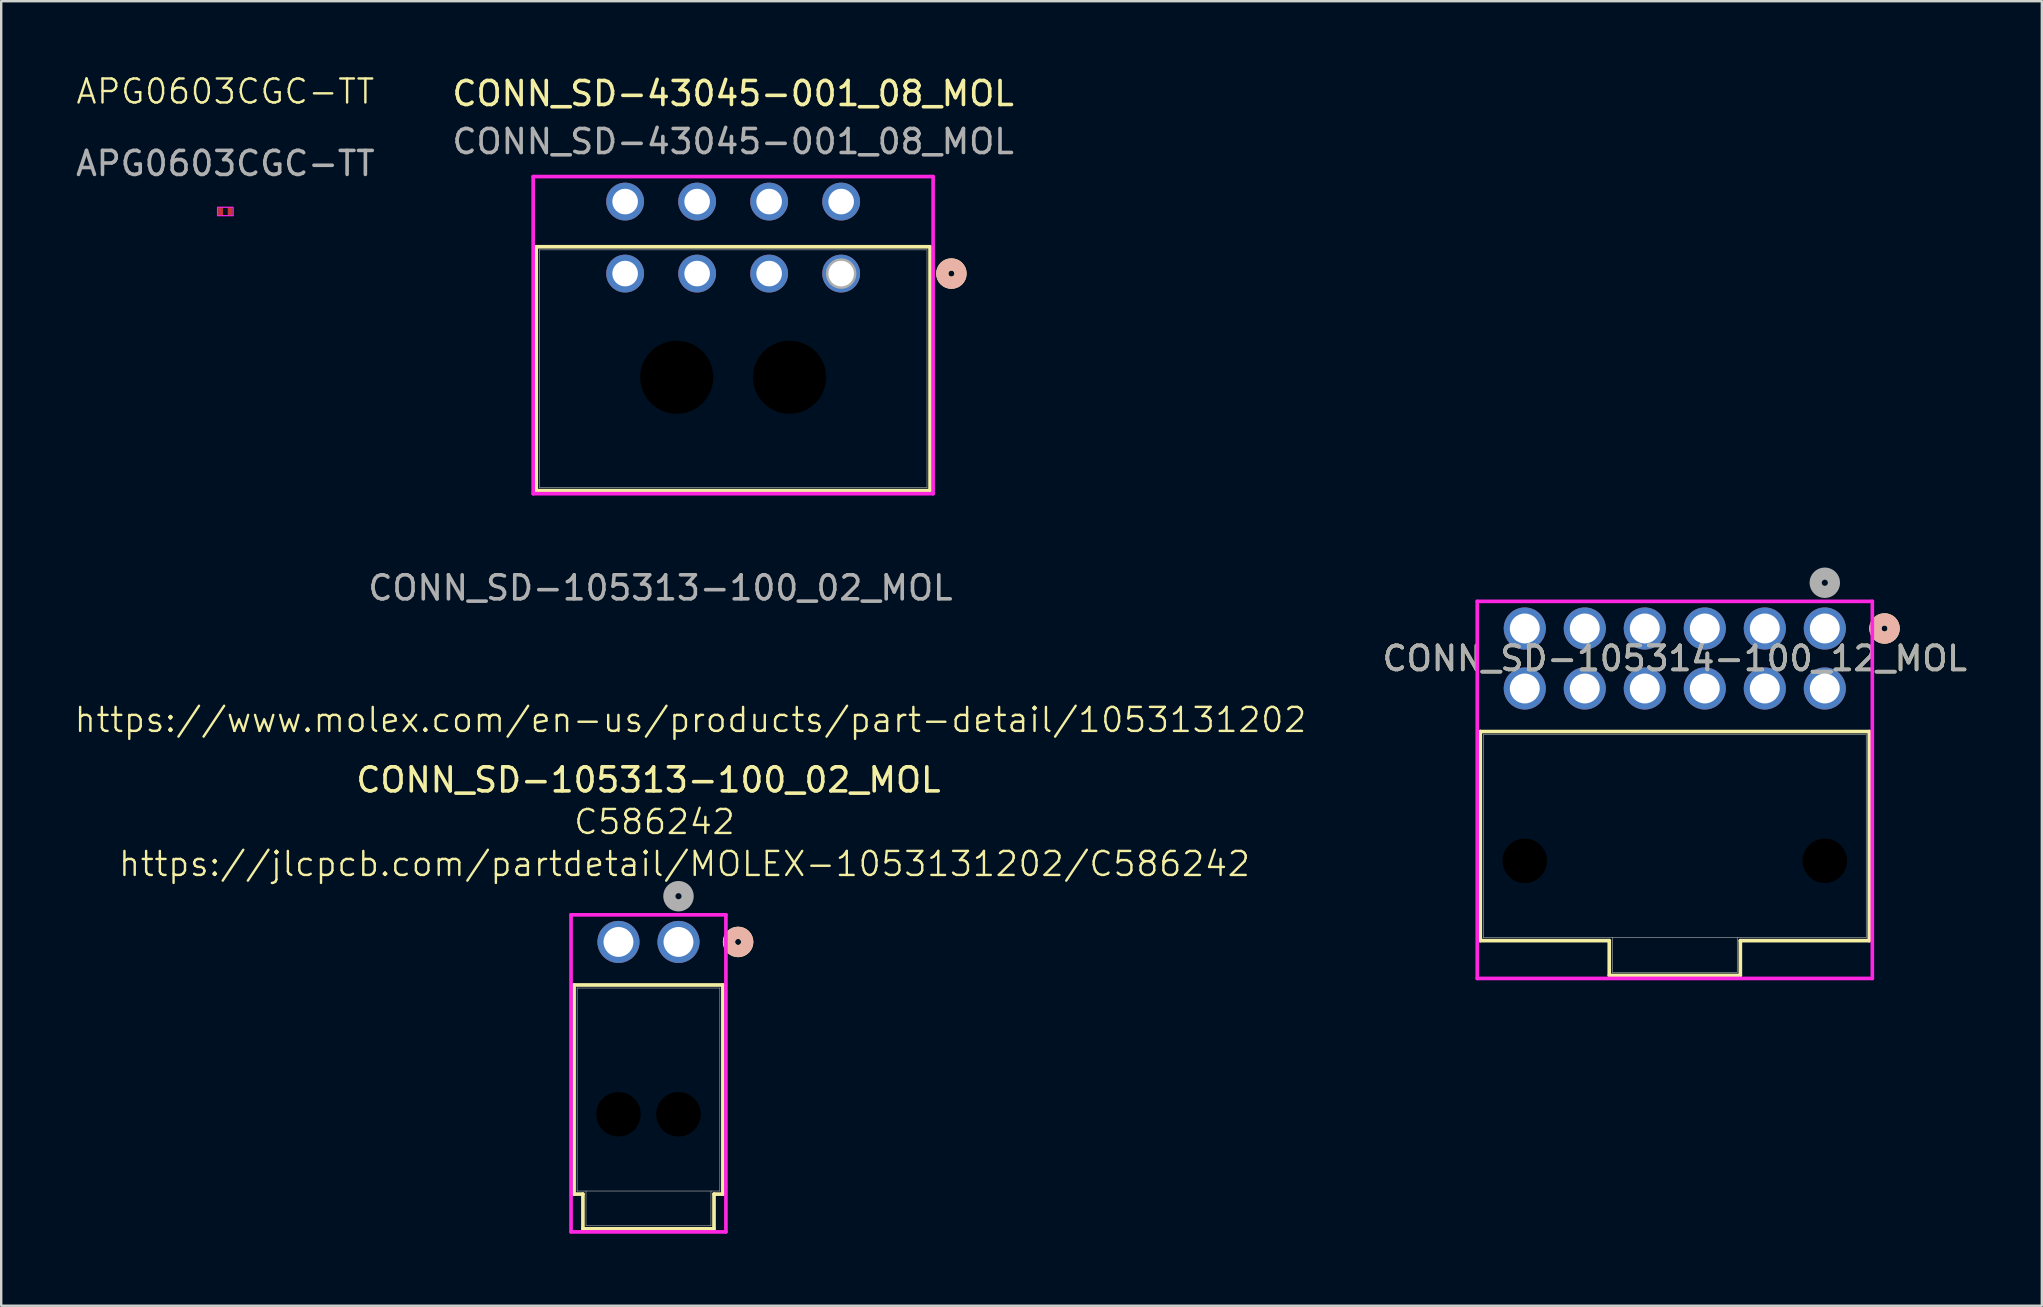
<source format=kicad_pcb>
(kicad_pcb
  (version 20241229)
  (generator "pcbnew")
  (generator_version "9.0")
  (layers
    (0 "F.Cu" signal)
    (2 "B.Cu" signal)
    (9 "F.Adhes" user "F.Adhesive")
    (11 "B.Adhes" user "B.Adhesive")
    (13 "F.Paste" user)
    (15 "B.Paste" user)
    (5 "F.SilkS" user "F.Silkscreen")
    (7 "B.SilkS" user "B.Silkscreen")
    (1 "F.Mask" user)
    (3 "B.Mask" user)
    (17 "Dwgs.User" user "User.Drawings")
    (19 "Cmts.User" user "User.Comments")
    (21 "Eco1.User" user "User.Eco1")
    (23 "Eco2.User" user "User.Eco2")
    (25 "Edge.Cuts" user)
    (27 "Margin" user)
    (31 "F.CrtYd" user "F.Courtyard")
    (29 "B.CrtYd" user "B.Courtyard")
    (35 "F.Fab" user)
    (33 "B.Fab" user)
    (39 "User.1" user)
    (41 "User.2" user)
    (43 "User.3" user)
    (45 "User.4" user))
  (footprint "CONN_SD-105314-100_12_MOL"
    (layer "F.Cu")
    (at 72.975 23.134)
    (property "Reference" "CONN_SD-105314-100_12_MOL" (at -6.25 1.25 0) (unlocked yes) (layer "F.SilkS") (effects (font (size 1 1) (thickness 0.15))))
    (attr through_hole)
    (fp_line (start -14.353 4.293) (end -14.353 13.005) (stroke (width 0.152) (type solid)) (layer "F.SilkS"))
    (fp_line (start -14.353 13.005) (end -8.98 13.005) (stroke (width 0.152) (type solid)) (layer "F.SilkS"))
    (fp_line (start -8.98 13.005) (end -8.98 14.453) (stroke (width 0.152) (type solid)) (layer "F.SilkS"))
    (fp_line (start -8.98 14.453) (end -3.519 14.453) (stroke (width 0.152) (type solid)) (layer "F.SilkS"))
    (fp_line (start -3.519 13.005) (end 1.853 13.005) (stroke (width 0.152) (type solid)) (layer "F.SilkS"))
    (fp_line (start -3.519 14.453) (end -3.519 13.005) (stroke (width 0.152) (type solid)) (layer "F.SilkS"))
    (fp_line (start 1.853 4.293) (end -14.353 4.293) (stroke (width 0.152) (type solid)) (layer "F.SilkS"))
    (fp_line (start 1.853 13.005) (end 1.853 4.293) (stroke (width 0.152) (type solid)) (layer "F.SilkS"))
    (fp_circle (center 2.488 0) (end 2.869 0) (stroke (width 0.508) (type solid)) (fill no) (layer "F.SilkS"))
    (fp_circle (center 2.488 0) (end 2.869 0) (stroke (width 0.508) (type solid)) (fill no) (layer "B.SilkS"))
    (fp_line (start -14.48 -1.13) (end -14.48 14.58) (stroke (width 0.152) (type solid)) (layer "F.CrtYd"))
    (fp_line (start -14.48 14.58) (end 1.98 14.58) (stroke (width 0.152) (type solid)) (layer "F.CrtYd"))
    (fp_line (start 1.98 -1.13) (end -14.48 -1.13) (stroke (width 0.152) (type solid)) (layer "F.CrtYd"))
    (fp_line (start 1.98 14.58) (end 1.98 -1.13) (stroke (width 0.152) (type solid)) (layer "F.CrtYd"))
    (fp_line (start -14.226 4.42) (end -14.226 12.878) (stroke (width 0.025) (type solid)) (layer "F.Fab"))
    (fp_line (start -14.226 12.878) (end 1.726 12.878) (stroke (width 0.025) (type solid)) (layer "F.Fab"))
    (fp_line (start -8.854 12.878) (end -8.854 14.326) (stroke (width 0.025) (type solid)) (layer "F.Fab"))
    (fp_line (start -8.854 14.326) (end -3.647 14.326) (stroke (width 0.025) (type solid)) (layer "F.Fab"))
    (fp_line (start -3.647 12.878) (end -3.647 14.326) (stroke (width 0.025) (type solid)) (layer "F.Fab"))
    (fp_line (start 1.726 4.42) (end -14.226 4.42) (stroke (width 0.025) (type solid)) (layer "F.Fab"))
    (fp_line (start 1.726 12.878) (end 1.726 4.42) (stroke (width 0.025) (type solid)) (layer "F.Fab"))
    (fp_circle (center 0 -1.905) (end 0.381 -1.905) (stroke (width 0.508) (type solid)) (fill no) (layer "F.Fab"))
    (fp_text user "${REFERENCE}" (at -6.25 1.25 0) (unlocked yes) (layer "F.Fab") (effects (font (size 1 1) (thickness 0.15))))
    (pad "" np_thru_hole circle (at -12.5 9.68) (size 1.854 1.854) (drill 1.854) (layers))
    (pad "" np_thru_hole circle (at 0 9.68) (size 1.854 1.854) (drill 1.854) (layers))
    (pad "1" thru_hole circle (at 0 0) (size 1.753 1.753) (drill 1.245) (layers "*.Cu" "*.Mask"))
    (pad "2" thru_hole circle (at -2.5 0) (size 1.753 1.753) (drill 1.245) (layers "*.Cu" "*.Mask"))
    (pad "3" thru_hole circle (at -5 0) (size 1.753 1.753) (drill 1.245) (layers "*.Cu" "*.Mask"))
    (pad "4" thru_hole circle (at -7.5 0) (size 1.753 1.753) (drill 1.245) (layers "*.Cu" "*.Mask"))
    (pad "5" thru_hole circle (at -10 0) (size 1.753 1.753) (drill 1.245) (layers "*.Cu" "*.Mask"))
    (pad "6" thru_hole circle (at -12.5 0) (size 1.753 1.753) (drill 1.245) (layers "*.Cu" "*.Mask"))
    (pad "7" thru_hole circle (at 0 2.5) (size 1.753 1.753) (drill 1.245) (layers "*.Cu" "*.Mask"))
    (pad "8" thru_hole circle (at -2.5 2.5) (size 1.753 1.753) (drill 1.245) (layers "*.Cu" "*.Mask"))
    (pad "9" thru_hole circle (at -5 2.5) (size 1.753 1.753) (drill 1.245) (layers "*.Cu" "*.Mask"))
    (pad "10" thru_hole circle (at -7.5 2.5) (size 1.753 1.753) (drill 1.245) (layers "*.Cu" "*.Mask"))
    (pad "11" thru_hole circle (at -10 2.5) (size 1.753 1.753) (drill 1.245) (layers "*.Cu" "*.Mask"))
    (pad "12" thru_hole circle (at -12.5 2.5) (size 1.753 1.753) (drill 1.245) (layers "*.Cu" "*.Mask")))
  (footprint "CONN_SD-105313-100_02_MOL"
    (layer "F.Cu")
    (at 25.217 36.193)
    (property "Reference" "CONN_SD-105313-100_02_MOL" (at -1.25 -6.75 0) (unlocked yes) (layer "F.SilkS") (effects (font (size 1 1) (thickness 0.15))))
    (property "Footprint Source" "https://www.molex.com/en-us/products/part-detail/1053131202" (at 0.5 -9.25 0) (layer "F.SilkS") (effects (font (size 1 1) (thickness 0.1))))
    (property "JLC Part #" "C586242" (at -1 -5 0) (layer "F.SilkS") (effects (font (size 1 1) (thickness 0.1))))
    (property "JLC Link" "https://jlcpcb.com/partdetail/MOLEX-1053131202/C586242" (at 0.25 -3.25 0) (layer "F.SilkS") (effects (font (size 1 1) (thickness 0.1))))
    (attr through_hole)
    (fp_line (start -4.349 1.793) (end -4.349 10.505) (stroke (width 0.152) (type solid)) (layer "F.SilkS"))
    (fp_line (start -4.349 10.505) (end -3.981 10.505) (stroke (width 0.152) (type solid)) (layer "F.SilkS"))
    (fp_line (start -3.981 10.505) (end -3.981 11.953) (stroke (width 0.152) (type solid)) (layer "F.SilkS"))
    (fp_line (start -3.981 11.953) (end 1.48 11.953) (stroke (width 0.152) (type solid)) (layer "F.SilkS"))
    (fp_line (start 1.48 10.505) (end 1.849 10.505) (stroke (width 0.152) (type solid)) (layer "F.SilkS"))
    (fp_line (start 1.48 11.953) (end 1.48 10.505) (stroke (width 0.152) (type solid)) (layer "F.SilkS"))
    (fp_line (start 1.849 1.793) (end -4.349 1.793) (stroke (width 0.152) (type solid)) (layer "F.SilkS"))
    (fp_line (start 1.849 10.505) (end 1.849 1.793) (stroke (width 0.152) (type solid)) (layer "F.SilkS"))
    (fp_circle (center 2.484 0) (end 2.865 0) (stroke (width 0.508) (type solid)) (fill no) (layer "F.SilkS"))
    (fp_circle (center 2.484 0) (end 2.865 0) (stroke (width 0.508) (type solid)) (fill no) (layer "B.SilkS"))
    (fp_line (start -4.476 -1.13) (end -4.476 12.08) (stroke (width 0.152) (type solid)) (layer "F.CrtYd"))
    (fp_line (start -4.476 12.08) (end 1.976 12.08) (stroke (width 0.152) (type solid)) (layer "F.CrtYd"))
    (fp_line (start 1.976 -1.13) (end -4.476 -1.13) (stroke (width 0.152) (type solid)) (layer "F.CrtYd"))
    (fp_line (start 1.976 12.08) (end 1.976 -1.13) (stroke (width 0.152) (type solid)) (layer "F.CrtYd"))
    (fp_line (start -4.222 1.92) (end -4.222 10.378) (stroke (width 0.025) (type solid)) (layer "F.Fab"))
    (fp_line (start -4.222 10.378) (end 1.722 10.378) (stroke (width 0.025) (type solid)) (layer "F.Fab"))
    (fp_line (start -3.853 10.378) (end -3.853 11.826) (stroke (width 0.025) (type solid)) (layer "F.Fab"))
    (fp_line (start -3.853 11.826) (end 1.353 11.826) (stroke (width 0.025) (type solid)) (layer "F.Fab"))
    (fp_line (start 1.353 11.826) (end 1.353 10.378) (stroke (width 0.025) (type solid)) (layer "F.Fab"))
    (fp_line (start 1.722 1.92) (end -4.222 1.92) (stroke (width 0.025) (type solid)) (layer "F.Fab"))
    (fp_line (start 1.722 10.378) (end 1.722 1.92) (stroke (width 0.025) (type solid)) (layer "F.Fab"))
    (fp_circle (center 0 -1.905) (end 0.381 -1.905) (stroke (width 0.508) (type solid)) (fill no) (layer "F.Fab"))
    (fp_text user "${REFERENCE}" (at -0.75 -14.75 0) (unlocked yes) (layer "F.Fab") (effects (font (size 1 1) (thickness 0.15))))
    (pad "" np_thru_hole circle (at -2.5 7.18) (size 1.854 1.854) (drill 1.854) (layers))
    (pad "" np_thru_hole circle (at 0 7.18) (size 1.854 1.854) (drill 1.854) (layers))
    (pad "1" thru_hole circle (at 0 0) (size 1.753 1.753) (drill 1.245) (layers "*.Cu" "*.Mask"))
    (pad "2" thru_hole circle (at -2.5 0) (size 1.753 1.753) (drill 1.245) (layers "*.Cu" "*.Mask")))
  (footprint "APG0603CGC-TT"
    (layer "F.Cu")
    (at 6.339 5.761)
    (property "Reference" "APG0603CGC-TT" (at 0 -5 0) (unlocked yes) (layer "F.SilkS") (effects (font (size 1 1) (thickness 0.1))))
    (attr smd)
    (fp_rect (start -0.325 -0.175) (end 0.325 0.175) (stroke (width 0.05) (type solid)) (fill no) (layer "F.CrtYd"))
    (fp_text user "${REFERENCE}" (at 0 -2 0) (unlocked yes) (layer "F.Fab") (effects (font (size 1 1) (thickness 0.15))))
    (pad "1" smd roundrect (at -0.2 0) (size 0.2 0.35) (layers "F.Cu" "F.Mask" "F.Paste") (roundrect_rratio 0.15))
    (pad "2" smd roundrect (at 0.2 0) (size 0.2 0.35) (layers "F.Cu" "F.Mask" "F.Paste") (roundrect_rratio 0.15)))
  (footprint "CONN_SD-43045-001_08_MOL"
    (layer "F.Cu")
    (at 31.994 8.348)
    (property "Reference" "CONN_SD-43045-001_08_MOL" (at -4.5 -7.5 0) (unlocked yes) (layer "F.SilkS") (effects (font (size 1 1) (thickness 0.15))))
    (attr through_hole)
    (fp_line (start -12.704 -1.117) (end -12.704 9.043) (stroke (width 0.152) (type solid)) (layer "F.SilkS"))
    (fp_line (start -12.704 9.043) (end 3.704 9.043) (stroke (width 0.152) (type solid)) (layer "F.SilkS"))
    (fp_line (start 3.704 -1.117) (end -12.704 -1.117) (stroke (width 0.152) (type solid)) (layer "F.SilkS"))
    (fp_line (start 3.704 9.043) (end 3.704 -1.117) (stroke (width 0.152) (type solid)) (layer "F.SilkS"))
    (fp_circle (center 4.593 0) (end 4.974 0) (stroke (width 0.508) (type solid)) (fill no) (layer "F.SilkS"))
    (fp_circle (center 4.593 0) (end 4.974 0) (stroke (width 0.508) (type solid)) (fill no) (layer "B.SilkS"))
    (fp_line (start -12.831 -4.041) (end -12.831 9.17) (stroke (width 0.152) (type solid)) (layer "F.CrtYd"))
    (fp_line (start -12.831 9.17) (end 3.831 9.17) (stroke (width 0.152) (type solid)) (layer "F.CrtYd"))
    (fp_line (start 3.831 -4.041) (end -12.831 -4.041) (stroke (width 0.152) (type solid)) (layer "F.CrtYd"))
    (fp_line (start 3.831 9.17) (end 3.831 -4.041) (stroke (width 0.152) (type solid)) (layer "F.CrtYd"))
    (fp_line (start -12.577 -0.99) (end -12.577 8.916) (stroke (width 0.025) (type solid)) (layer "F.Fab"))
    (fp_line (start -12.577 8.916) (end 3.577 8.916) (stroke (width 0.025) (type solid)) (layer "F.Fab"))
    (fp_line (start 3.577 -0.99) (end -12.577 -0.99) (stroke (width 0.025) (type solid)) (layer "F.Fab"))
    (fp_line (start 3.577 8.916) (end 3.577 -0.99) (stroke (width 0.025) (type solid)) (layer "F.Fab"))
    (fp_circle (center 0 0) (end 0.381 0) (stroke (width 0.508) (type solid)) (fill no) (layer "F.Fab"))
    (fp_text user "${REFERENCE}" (at -4.5 -5.5 0) (unlocked yes) (layer "F.Fab") (effects (font (size 1 1) (thickness 0.15))))
    (pad "" np_thru_hole circle (at -6.85 4.32) (size 3.048 3.048) (drill 3.048) (layers))
    (pad "" np_thru_hole circle (at -2.15 4.32) (size 3.048 3.048) (drill 3.048) (layers))
    (pad "1" thru_hole circle (at 0 0) (size 1.575 1.575) (drill 1.067) (layers "*.Cu" "*.Mask"))
    (pad "2" thru_hole circle (at -3 0) (size 1.575 1.575) (drill 1.067) (layers "*.Cu" "*.Mask"))
    (pad "3" thru_hole circle (at -6 0) (size 1.575 1.575) (drill 1.067) (layers "*.Cu" "*.Mask"))
    (pad "4" thru_hole circle (at -9 0) (size 1.575 1.575) (drill 1.067) (layers "*.Cu" "*.Mask"))
    (pad "5" thru_hole circle (at 0 -3) (size 1.575 1.575) (drill 1.067) (layers "*.Cu" "*.Mask"))
    (pad "6" thru_hole circle (at -3 -3) (size 1.575 1.575) (drill 1.067) (layers "*.Cu" "*.Mask"))
    (pad "7" thru_hole circle (at -6 -3) (size 1.575 1.575) (drill 1.067) (layers "*.Cu" "*.Mask"))
    (pad "8" thru_hole circle (at -9 -3) (size 1.575 1.575) (drill 1.067) (layers "*.Cu" "*.Mask")))
  (gr_rect
    (start -3 -3)
    (end 82.017 51.349)
    (stroke (width 0.1) (type default))
    (fill no)
    (layer "Edge.Cuts")))
</source>
